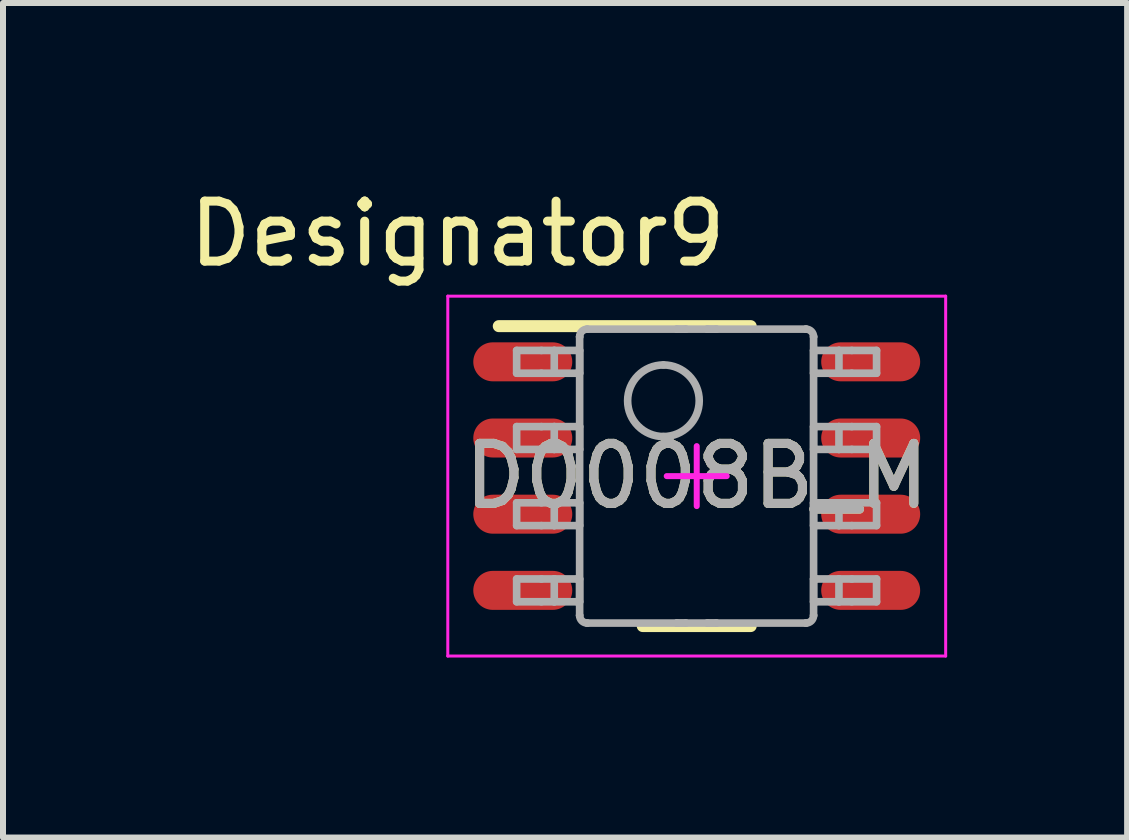
<source format=kicad_pcb>
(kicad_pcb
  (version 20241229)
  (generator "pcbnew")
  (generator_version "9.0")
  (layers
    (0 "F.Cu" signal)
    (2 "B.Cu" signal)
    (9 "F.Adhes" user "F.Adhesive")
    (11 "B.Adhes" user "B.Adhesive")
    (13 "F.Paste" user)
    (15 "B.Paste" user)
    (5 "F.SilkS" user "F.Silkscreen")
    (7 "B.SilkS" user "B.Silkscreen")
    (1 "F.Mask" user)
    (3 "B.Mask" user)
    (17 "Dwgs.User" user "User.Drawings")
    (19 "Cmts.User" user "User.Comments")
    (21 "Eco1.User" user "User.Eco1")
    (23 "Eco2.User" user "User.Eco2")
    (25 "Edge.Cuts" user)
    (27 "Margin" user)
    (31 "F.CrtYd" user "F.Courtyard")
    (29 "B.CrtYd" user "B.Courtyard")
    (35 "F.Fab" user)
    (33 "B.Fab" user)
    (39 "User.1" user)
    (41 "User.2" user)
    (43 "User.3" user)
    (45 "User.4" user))
  (footprint "D0008B_M"
    (layer "F.Cu")
    (at 8.565 4.887)
    (property "Reference" "D0008B_M" (at 0 0 0) (unlocked yes) (layer "F.SilkS") (effects (font (size 1 1) (thickness 0.15))))
    (attr smd)
    (fp_line (start -3.3 -2.5) (end 0.9 -2.5) (stroke (width 0.2) (type solid)) (layer "F.SilkS"))
    (fp_line (start -0.9 2.5) (end 0.9 2.5) (stroke (width 0.2) (type solid)) (layer "F.SilkS"))
    (fp_line (start -4.15 -3) (end 4.15 -3) (stroke (width 0.05) (type solid)) (layer "F.CrtYd"))
    (fp_line (start -4.15 3) (end -4.15 -3) (stroke (width 0.05) (type solid)) (layer "F.CrtYd"))
    (fp_line (start -4.15 3) (end 4.15 3) (stroke (width 0.05) (type solid)) (layer "F.CrtYd"))
    (fp_line (start -0.5 0) (end 0.5 0) (stroke (width 0.1) (type solid)) (layer "F.CrtYd"))
    (fp_line (start 0 0.5) (end 0 -0.5) (stroke (width 0.1) (type solid)) (layer "F.CrtYd"))
    (fp_line (start 4.15 3) (end 4.15 -3) (stroke (width 0.05) (type solid)) (layer "F.CrtYd"))
    (fp_line (start -3.002 -2.095) (end -2.589 -2.095) (stroke (width 0.127) (type solid)) (layer "F.Fab"))
    (fp_line (start -3.002 -1.715) (end -3.002 -2.095) (stroke (width 0.127) (type solid)) (layer "F.Fab"))
    (fp_line (start -3.002 -1.715) (end -2.589 -1.715) (stroke (width 0.127) (type solid)) (layer "F.Fab"))
    (fp_line (start -3.002 -0.825) (end -2.589 -0.825) (stroke (width 0.127) (type solid)) (layer "F.Fab"))
    (fp_line (start -3.002 -0.445) (end -3.002 -0.825) (stroke (width 0.127) (type solid)) (layer "F.Fab"))
    (fp_line (start -3.002 -0.445) (end -2.589 -0.445) (stroke (width 0.127) (type solid)) (layer "F.Fab"))
    (fp_line (start -3.002 0.445) (end -2.589 0.445) (stroke (width 0.127) (type solid)) (layer "F.Fab"))
    (fp_line (start -3.002 0.825) (end -3.002 0.445) (stroke (width 0.127) (type solid)) (layer "F.Fab"))
    (fp_line (start -3.002 0.825) (end -2.589 0.825) (stroke (width 0.127) (type solid)) (layer "F.Fab"))
    (fp_line (start -3.002 1.715) (end -2.589 1.715) (stroke (width 0.127) (type solid)) (layer "F.Fab"))
    (fp_line (start -3.002 2.095) (end -3.002 1.715) (stroke (width 0.127) (type solid)) (layer "F.Fab"))
    (fp_line (start -3.002 2.095) (end -2.589 2.095) (stroke (width 0.127) (type solid)) (layer "F.Fab"))
    (fp_line (start -2.589 -2.095) (end -2.375 -2.095) (stroke (width 0.127) (type solid)) (layer "F.Fab"))
    (fp_line (start -2.589 -1.715) (end -2.375 -1.715) (stroke (width 0.127) (type solid)) (layer "F.Fab"))
    (fp_line (start -2.589 -0.825) (end -2.375 -0.825) (stroke (width 0.127) (type solid)) (layer "F.Fab"))
    (fp_line (start -2.589 -0.445) (end -2.375 -0.445) (stroke (width 0.127) (type solid)) (layer "F.Fab"))
    (fp_line (start -2.589 0.445) (end -2.375 0.445) (stroke (width 0.127) (type solid)) (layer "F.Fab"))
    (fp_line (start -2.589 0.825) (end -2.375 0.825) (stroke (width 0.127) (type solid)) (layer "F.Fab"))
    (fp_line (start -2.589 1.715) (end -2.375 1.715) (stroke (width 0.127) (type solid)) (layer "F.Fab"))
    (fp_line (start -2.589 2.095) (end -2.375 2.095) (stroke (width 0.127) (type solid)) (layer "F.Fab"))
    (fp_line (start -2.375 -2.095) (end -1.995 -2.095) (stroke (width 0.127) (type solid)) (layer "F.Fab"))
    (fp_line (start -2.375 -1.715) (end -2.375 -2.095) (stroke (width 0.127) (type solid)) (layer "F.Fab"))
    (fp_line (start -2.375 -1.715) (end -1.995 -1.715) (stroke (width 0.127) (type solid)) (layer "F.Fab"))
    (fp_line (start -2.375 -0.825) (end -1.995 -0.825) (stroke (width 0.127) (type solid)) (layer "F.Fab"))
    (fp_line (start -2.375 -0.445) (end -2.375 -0.825) (stroke (width 0.127) (type solid)) (layer "F.Fab"))
    (fp_line (start -2.375 -0.445) (end -1.995 -0.445) (stroke (width 0.127) (type solid)) (layer "F.Fab"))
    (fp_line (start -2.375 0.445) (end -1.995 0.445) (stroke (width 0.127) (type solid)) (layer "F.Fab"))
    (fp_line (start -2.375 0.825) (end -2.375 0.445) (stroke (width 0.127) (type solid)) (layer "F.Fab"))
    (fp_line (start -2.375 0.825) (end -1.995 0.825) (stroke (width 0.127) (type solid)) (layer "F.Fab"))
    (fp_line (start -2.375 1.715) (end -1.995 1.715) (stroke (width 0.127) (type solid)) (layer "F.Fab"))
    (fp_line (start -2.375 2.095) (end -2.375 1.715) (stroke (width 0.127) (type solid)) (layer "F.Fab"))
    (fp_line (start -2.375 2.095) (end -1.995 2.095) (stroke (width 0.127) (type solid)) (layer "F.Fab"))
    (fp_line (start -1.995 -2.095) (end -1.952 -2.095) (stroke (width 0.127) (type solid)) (layer "F.Fab"))
    (fp_line (start -1.995 -1.715) (end -1.952 -1.715) (stroke (width 0.127) (type solid)) (layer "F.Fab"))
    (fp_line (start -1.995 -0.825) (end -1.952 -0.825) (stroke (width 0.127) (type solid)) (layer "F.Fab"))
    (fp_line (start -1.995 -0.445) (end -1.952 -0.445) (stroke (width 0.127) (type solid)) (layer "F.Fab"))
    (fp_line (start -1.995 0.445) (end -1.952 0.445) (stroke (width 0.127) (type solid)) (layer "F.Fab"))
    (fp_line (start -1.995 0.825) (end -1.952 0.825) (stroke (width 0.127) (type solid)) (layer "F.Fab"))
    (fp_line (start -1.995 1.715) (end -1.952 1.715) (stroke (width 0.127) (type solid)) (layer "F.Fab"))
    (fp_line (start -1.995 2.095) (end -1.952 2.095) (stroke (width 0.127) (type solid)) (layer "F.Fab"))
    (fp_line (start -1.952 -2.323) (end -1.952 -2.324) (stroke (width 0.127) (type solid)) (layer "F.Fab"))
    (fp_line (start -1.952 -1.715) (end -1.952 -2.095) (stroke (width 0.127) (type solid)) (layer "F.Fab"))
    (fp_line (start -1.952 -0.445) (end -1.952 -0.825) (stroke (width 0.127) (type solid)) (layer "F.Fab"))
    (fp_line (start -1.952 0.825) (end -1.952 0.445) (stroke (width 0.127) (type solid)) (layer "F.Fab"))
    (fp_line (start -1.952 2.095) (end -1.952 1.715) (stroke (width 0.127) (type solid)) (layer "F.Fab"))
    (fp_line (start -1.952 2.323) (end -1.952 -2.323) (stroke (width 0.127) (type solid)) (layer "F.Fab"))
    (fp_line (start -1.952 2.324) (end -1.952 2.323) (stroke (width 0.127) (type solid)) (layer "F.Fab"))
    (fp_line (start -1.826 -2.45) (end -1.825 -2.45) (stroke (width 0.127) (type solid)) (layer "F.Fab"))
    (fp_line (start -1.826 2.45) (end -1.825 2.45) (stroke (width 0.127) (type solid)) (layer "F.Fab"))
    (fp_line (start -1.825 -2.45) (end -0.332 -2.45) (stroke (width 0.127) (type solid)) (layer "F.Fab"))
    (fp_line (start -1.825 2.45) (end -0.332 2.45) (stroke (width 0.127) (type solid)) (layer "F.Fab"))
    (fp_line (start -0.332 -2.45) (end -0.182 -2.45) (stroke (width 0.127) (type solid)) (layer "F.Fab"))
    (fp_line (start -0.332 -2.45) (end -0.182 -2.45) (stroke (width 0.127) (type solid)) (layer "F.Fab"))
    (fp_line (start -0.332 2.45) (end -0.182 2.45) (stroke (width 0.127) (type solid)) (layer "F.Fab"))
    (fp_line (start -0.332 2.45) (end -0.182 2.45) (stroke (width 0.127) (type solid)) (layer "F.Fab"))
    (fp_line (start -0.182 -2.45) (end 0.178 -2.45) (stroke (width 0.127) (type solid)) (layer "F.Fab"))
    (fp_line (start -0.182 2.45) (end 0.178 2.45) (stroke (width 0.127) (type solid)) (layer "F.Fab"))
    (fp_line (start 0.178 -2.45) (end 0.328 -2.45) (stroke (width 0.127) (type solid)) (layer "F.Fab"))
    (fp_line (start 0.178 -2.45) (end 0.328 -2.45) (stroke (width 0.127) (type solid)) (layer "F.Fab"))
    (fp_line (start 0.178 2.45) (end 0.328 2.45) (stroke (width 0.127) (type solid)) (layer "F.Fab"))
    (fp_line (start 0.178 2.45) (end 0.328 2.45) (stroke (width 0.127) (type solid)) (layer "F.Fab"))
    (fp_line (start 0.328 -2.45) (end 1.821 -2.45) (stroke (width 0.127) (type solid)) (layer "F.Fab"))
    (fp_line (start 0.328 2.45) (end 1.821 2.45) (stroke (width 0.127) (type solid)) (layer "F.Fab"))
    (fp_line (start 1.821 -2.45) (end 1.822 -2.45) (stroke (width 0.127) (type solid)) (layer "F.Fab"))
    (fp_line (start 1.821 2.45) (end 1.822 2.45) (stroke (width 0.127) (type solid)) (layer "F.Fab"))
    (fp_line (start 1.948 -2.323) (end 1.948 -2.324) (stroke (width 0.127) (type solid)) (layer "F.Fab"))
    (fp_line (start 1.948 -2.095) (end 1.991 -2.095) (stroke (width 0.127) (type solid)) (layer "F.Fab"))
    (fp_line (start 1.948 -1.715) (end 1.948 -2.095) (stroke (width 0.127) (type solid)) (layer "F.Fab"))
    (fp_line (start 1.948 -1.715) (end 1.991 -1.715) (stroke (width 0.127) (type solid)) (layer "F.Fab"))
    (fp_line (start 1.948 -0.825) (end 1.991 -0.825) (stroke (width 0.127) (type solid)) (layer "F.Fab"))
    (fp_line (start 1.948 -0.445) (end 1.948 -0.825) (stroke (width 0.127) (type solid)) (layer "F.Fab"))
    (fp_line (start 1.948 -0.445) (end 1.991 -0.445) (stroke (width 0.127) (type solid)) (layer "F.Fab"))
    (fp_line (start 1.948 0.445) (end 1.991 0.445) (stroke (width 0.127) (type solid)) (layer "F.Fab"))
    (fp_line (start 1.948 0.825) (end 1.948 0.445) (stroke (width 0.127) (type solid)) (layer "F.Fab"))
    (fp_line (start 1.948 0.825) (end 1.991 0.825) (stroke (width 0.127) (type solid)) (layer "F.Fab"))
    (fp_line (start 1.948 1.715) (end 1.991 1.715) (stroke (width 0.127) (type solid)) (layer "F.Fab"))
    (fp_line (start 1.948 2.095) (end 1.948 1.715) (stroke (width 0.127) (type solid)) (layer "F.Fab"))
    (fp_line (start 1.948 2.095) (end 1.991 2.095) (stroke (width 0.127) (type solid)) (layer "F.Fab"))
    (fp_line (start 1.948 2.323) (end 1.948 -2.323) (stroke (width 0.127) (type solid)) (layer "F.Fab"))
    (fp_line (start 1.948 2.324) (end 1.948 2.323) (stroke (width 0.127) (type solid)) (layer "F.Fab"))
    (fp_line (start 1.991 -2.095) (end 2.371 -2.095) (stroke (width 0.127) (type solid)) (layer "F.Fab"))
    (fp_line (start 1.991 -1.715) (end 2.371 -1.715) (stroke (width 0.127) (type solid)) (layer "F.Fab"))
    (fp_line (start 1.991 -0.825) (end 2.371 -0.825) (stroke (width 0.127) (type solid)) (layer "F.Fab"))
    (fp_line (start 1.991 -0.445) (end 2.371 -0.445) (stroke (width 0.127) (type solid)) (layer "F.Fab"))
    (fp_line (start 1.991 0.445) (end 2.371 0.445) (stroke (width 0.127) (type solid)) (layer "F.Fab"))
    (fp_line (start 1.991 0.825) (end 2.371 0.825) (stroke (width 0.127) (type solid)) (layer "F.Fab"))
    (fp_line (start 1.991 1.715) (end 2.371 1.715) (stroke (width 0.127) (type solid)) (layer "F.Fab"))
    (fp_line (start 1.991 2.095) (end 2.371 2.095) (stroke (width 0.127) (type solid)) (layer "F.Fab"))
    (fp_line (start 2.371 -2.095) (end 2.585 -2.095) (stroke (width 0.127) (type solid)) (layer "F.Fab"))
    (fp_line (start 2.371 -1.715) (end 2.371 -2.095) (stroke (width 0.127) (type solid)) (layer "F.Fab"))
    (fp_line (start 2.371 -1.715) (end 2.585 -1.715) (stroke (width 0.127) (type solid)) (layer "F.Fab"))
    (fp_line (start 2.371 -0.825) (end 2.585 -0.825) (stroke (width 0.127) (type solid)) (layer "F.Fab"))
    (fp_line (start 2.371 -0.445) (end 2.371 -0.825) (stroke (width 0.127) (type solid)) (layer "F.Fab"))
    (fp_line (start 2.371 -0.445) (end 2.585 -0.445) (stroke (width 0.127) (type solid)) (layer "F.Fab"))
    (fp_line (start 2.371 0.445) (end 2.585 0.445) (stroke (width 0.127) (type solid)) (layer "F.Fab"))
    (fp_line (start 2.371 0.825) (end 2.371 0.445) (stroke (width 0.127) (type solid)) (layer "F.Fab"))
    (fp_line (start 2.371 0.825) (end 2.585 0.825) (stroke (width 0.127) (type solid)) (layer "F.Fab"))
    (fp_line (start 2.371 1.715) (end 2.585 1.715) (stroke (width 0.127) (type solid)) (layer "F.Fab"))
    (fp_line (start 2.371 2.095) (end 2.371 1.715) (stroke (width 0.127) (type solid)) (layer "F.Fab"))
    (fp_line (start 2.371 2.095) (end 2.585 2.095) (stroke (width 0.127) (type solid)) (layer "F.Fab"))
    (fp_line (start 2.585 -2.095) (end 2.998 -2.095) (stroke (width 0.127) (type solid)) (layer "F.Fab"))
    (fp_line (start 2.585 -1.715) (end 2.998 -1.715) (stroke (width 0.127) (type solid)) (layer "F.Fab"))
    (fp_line (start 2.585 -0.825) (end 2.998 -0.825) (stroke (width 0.127) (type solid)) (layer "F.Fab"))
    (fp_line (start 2.585 -0.445) (end 2.998 -0.445) (stroke (width 0.127) (type solid)) (layer "F.Fab"))
    (fp_line (start 2.585 0.445) (end 2.998 0.445) (stroke (width 0.127) (type solid)) (layer "F.Fab"))
    (fp_line (start 2.585 0.825) (end 2.998 0.825) (stroke (width 0.127) (type solid)) (layer "F.Fab"))
    (fp_line (start 2.585 1.715) (end 2.998 1.715) (stroke (width 0.127) (type solid)) (layer "F.Fab"))
    (fp_line (start 2.585 2.095) (end 2.998 2.095) (stroke (width 0.127) (type solid)) (layer "F.Fab"))
    (fp_line (start 2.998 -1.715) (end 2.998 -2.095) (stroke (width 0.127) (type solid)) (layer "F.Fab"))
    (fp_line (start 2.998 -0.445) (end 2.998 -0.825) (stroke (width 0.127) (type solid)) (layer "F.Fab"))
    (fp_line (start 2.998 0.825) (end 2.998 0.445) (stroke (width 0.127) (type solid)) (layer "F.Fab"))
    (fp_line (start 2.998 2.095) (end 2.998 1.715) (stroke (width 0.127) (type solid)) (layer "F.Fab"))
    (fp_arc (start -1.952002 -2.323941) (mid -1.914806 -2.412806) (end -1.825941 -2.450002) (stroke (width 0.127) (type solid)) (layer "F.Fab"))
    (fp_arc (start -1.825941 2.449992) (mid -1.914806 2.412795) (end -1.952002 2.323931) (stroke (width 0.127) (type solid)) (layer "F.Fab"))
    (fp_arc (start -0.555 -1.8531) (mid 0.0419 -1.2562) (end -0.555 -0.6593) (stroke (width 0.127) (type solid)) (layer "F.Fab"))
    (fp_arc (start -0.555 -0.6593) (mid -1.1519 -1.2562) (end -0.555 -1.8531) (stroke (width 0.127) (type solid)) (layer "F.Fab"))
    (fp_arc (start 1.821933 -2.450002) (mid 1.910797 -2.412806) (end 1.947994 -2.323941) (stroke (width 0.127) (type solid)) (layer "F.Fab"))
    (fp_arc (start 1.947994 2.323931) (mid 1.910797 2.412795) (end 1.821933 2.449992) (stroke (width 0.127) (type solid)) (layer "F.Fab"))
    (fp_text user "Designator9" (at -3.988 -4.039 0) (unlocked yes) (layer "F.SilkS") (effects (font (size 1 1) (thickness 0.15))))
    (fp_text user "${REFERENCE}" (at 0 0 0) (unlocked yes) (layer "F.Fab") (effects (font (size 1 1) (thickness 0.15))))
    (pad "1" smd oval (at -2.9 -1.905 90) (size 0.65 1.65) (layers "F.Cu" "F.Mask" "F.Paste"))
    (pad "2" smd oval (at -2.9 -0.635 90) (size 0.65 1.65) (layers "F.Cu" "F.Mask" "F.Paste"))
    (pad "3" smd oval (at -2.9 0.635 90) (size 0.65 1.65) (layers "F.Cu" "F.Mask" "F.Paste"))
    (pad "4" smd oval (at -2.9 1.905 90) (size 0.65 1.65) (layers "F.Cu" "F.Mask" "F.Paste"))
    (pad "5" smd oval (at 2.9 1.905 90) (size 0.65 1.65) (layers "F.Cu" "F.Mask" "F.Paste"))
    (pad "6" smd oval (at 2.9 0.635 90) (size 0.65 1.65) (layers "F.Cu" "F.Mask" "F.Paste"))
    (pad "7" smd oval (at 2.9 -0.635 90) (size 0.65 1.65) (layers "F.Cu" "F.Mask" "F.Paste"))
    (pad "8" smd oval (at 2.9 -1.905 90) (size 0.65 1.65) (layers "F.Cu" "F.Mask" "F.Paste")))
  (gr_rect
    (start -3 -3)
    (end 15.74 10.912)
    (stroke (width 0.1) (type default))
    (fill no)
    (layer "Edge.Cuts")))
</source>
